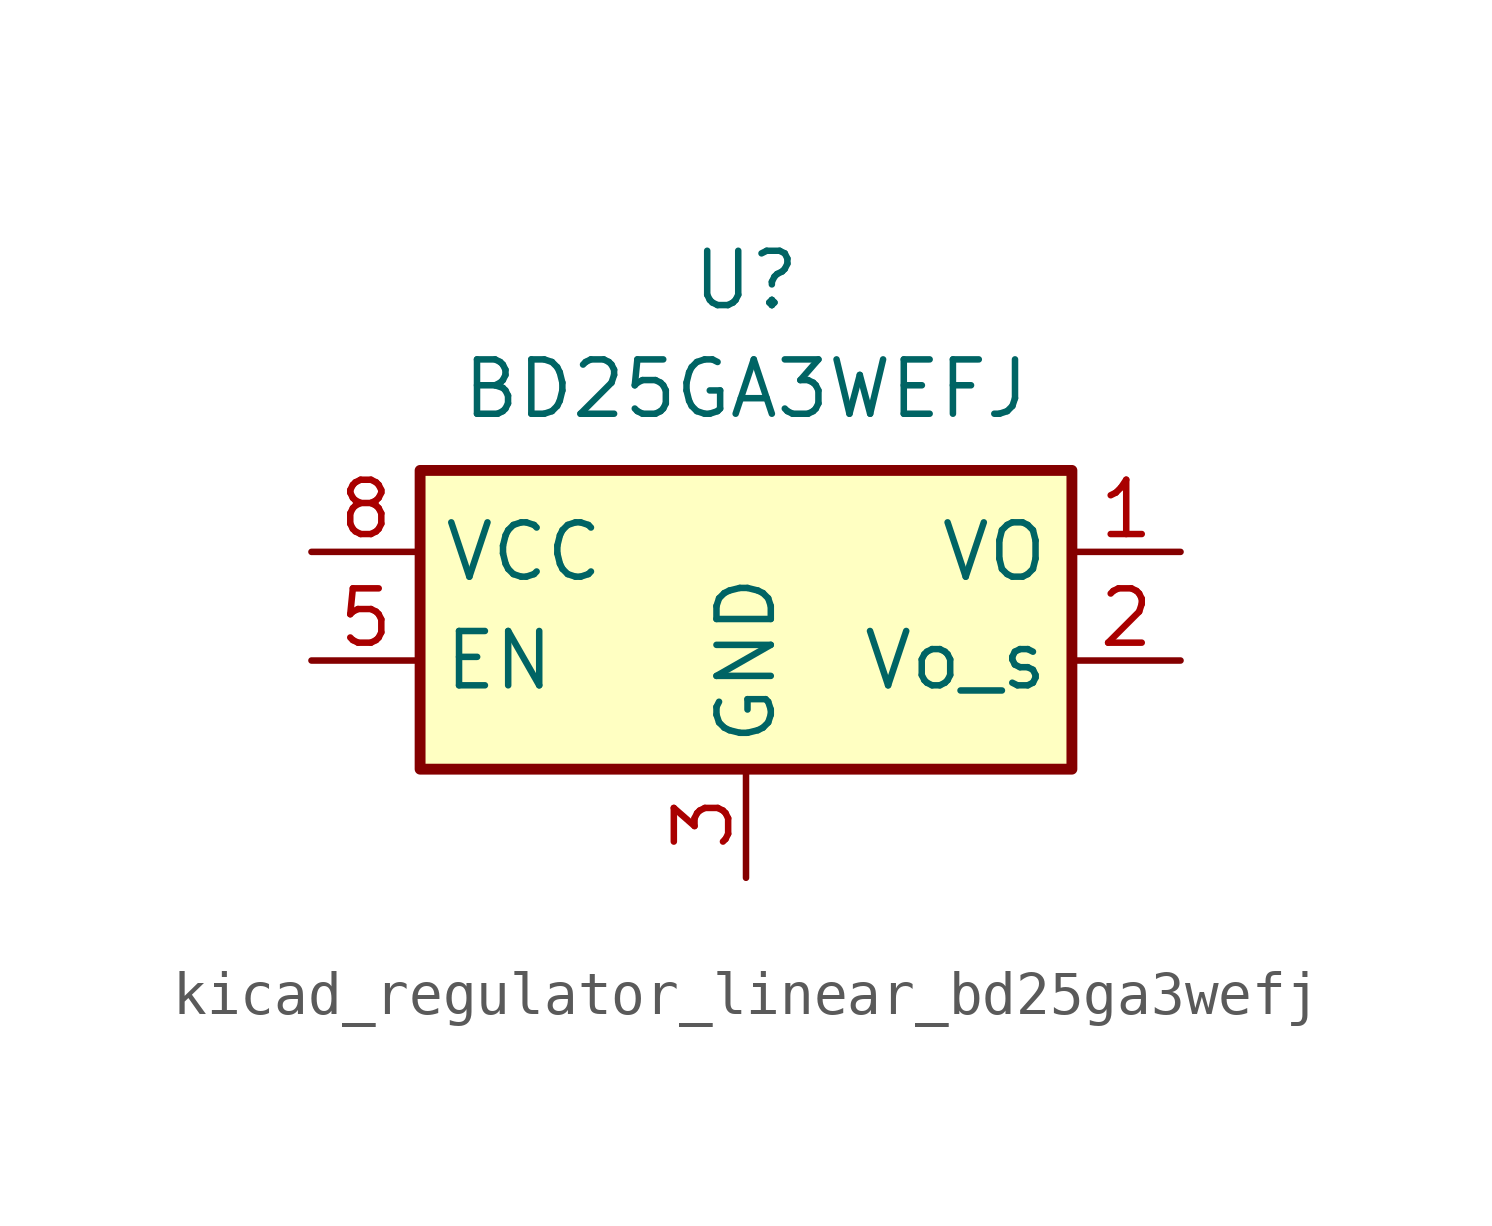
<source format=kicad_sym>
(kicad_symbol_lib
  (version 20220914)
  (generator kicad_symbol_editor)
  (symbol "kicad_regulator_linear_bd25ga3wefj"
    (property "Reference" "U"
      (at 0 6.35 0)
      (effects (font (size 1.27 1.27))))
    (property "Value" "BD25GA3WEFJ"
      (at 0 3.81 0)
      (effects (font (size 1.27 1.27))))
    (symbol "kicad_regulator_linear_bd25ga3wefj_1_1"
      (rectangle (start -7.62 -5.08) (end 7.62 1.905) (stroke (width 0.254) (type default)) (fill (type background)))
      (pin power_out line (at 10.16 0 180) (length 2.54) (name "VO" (effects (font (size 1.27 1.27)))) (number "1" (effects (font (size 1.27 1.27)))))
      (pin input line (at 10.16 -2.54 180) (length 2.54) (name "Vo_s" (effects (font (size 1.27 1.27)))) (number "2" (effects (font (size 1.27 1.27)))))
      (pin power_in line (at 0 -7.62 90) (length 2.54) (name "GND" (effects (font (size 1.27 1.27)))) (number "3" (effects (font (size 1.27 1.27)))))
      (pin passive line (at 0 -7.62 90) (length 2.54) hide (name "GND" (effects (font (size 1.27 1.27)))) (number "4" (effects (font (size 1.27 1.27)))))
      (pin input line (at -10.16 -2.54 0) (length 2.54) (name "EN" (effects (font (size 1.27 1.27)))) (number "5" (effects (font (size 1.27 1.27)))))
      (pin passive line (at 0 -7.62 90) (length 2.54) hide (name "GND" (effects (font (size 1.27 1.27)))) (number "6" (effects (font (size 1.27 1.27)))))
      (pin passive line (at 0 -7.62 90) (length 2.54) hide (name "GND" (effects (font (size 1.27 1.27)))) (number "7" (effects (font (size 1.27 1.27)))))
      (pin power_in line (at -10.16 0 0) (length 2.54) (name "VCC" (effects (font (size 1.27 1.27)))) (number "8" (effects (font (size 1.27 1.27)))))
      (pin passive line (at 0 -7.62 90) (length 2.54) hide (name "GND" (effects (font (size 1.27 1.27)))) (number "9" (effects (font (size 1.27 1.27))))))))
</source>
